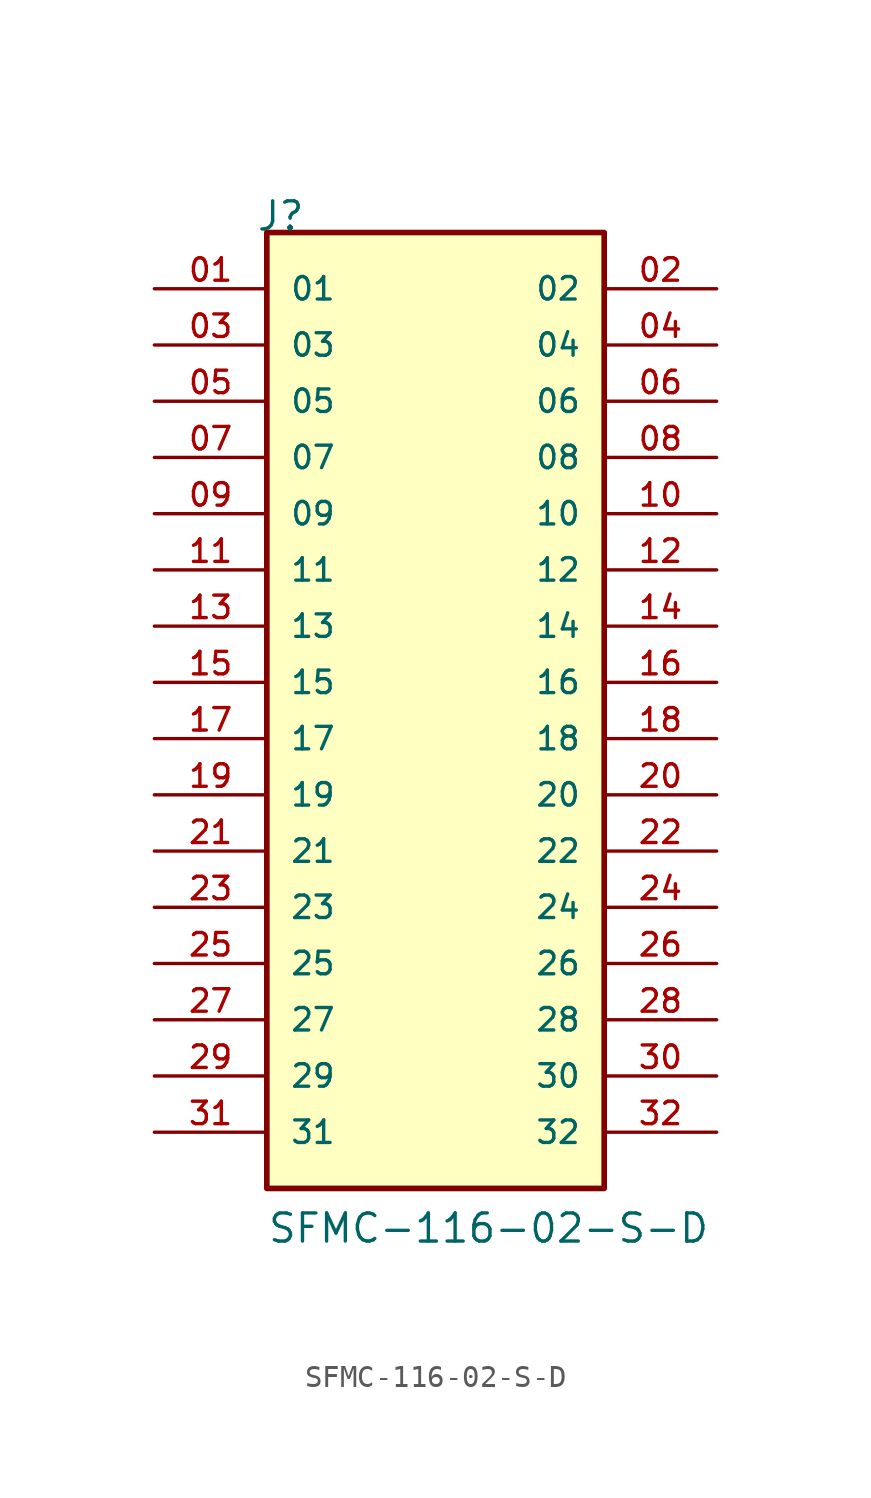
<source format=kicad_sym>
(kicad_symbol_lib
  (version 20211014)
  (generator kicad_symbol_editor)
  (symbol "SFMC-116-02-S-D"
    (pin_names
      (offset 1.016))
    (property "Reference" "J"
      (at -8.12 22.86 0)
      (effects (font (size 1.27 1.27)) (justify bottom left)))
    (property "Value" "SFMC-116-02-S-D"
      (at -7.62 -22.86 0)
      (effects (font (size 1.27 1.27)) (justify bottom left)))
    (symbol "SFMC-116-02-S-D_0_0"
      (rectangle (start -7.62 -20.32) (end 7.62 22.86) (stroke (width 0.254)) (fill (type background)))
      (pin passive line (at -12.7 20.32 0) (length 5.08) (name "01" (effects (font (size 1.016 1.016)))) (number "01" (effects (font (size 1.016 1.016)))))
      (pin passive line (at 12.7 20.32 180.0) (length 5.08) (name "02" (effects (font (size 1.016 1.016)))) (number "02" (effects (font (size 1.016 1.016)))))
      (pin passive line (at -12.7 17.78 0) (length 5.08) (name "03" (effects (font (size 1.016 1.016)))) (number "03" (effects (font (size 1.016 1.016)))))
      (pin passive line (at 12.7 17.78 180.0) (length 5.08) (name "04" (effects (font (size 1.016 1.016)))) (number "04" (effects (font (size 1.016 1.016)))))
      (pin passive line (at -12.7 15.24 0) (length 5.08) (name "05" (effects (font (size 1.016 1.016)))) (number "05" (effects (font (size 1.016 1.016)))))
      (pin passive line (at 12.7 15.24 180.0) (length 5.08) (name "06" (effects (font (size 1.016 1.016)))) (number "06" (effects (font (size 1.016 1.016)))))
      (pin passive line (at -12.7 12.7 0) (length 5.08) (name "07" (effects (font (size 1.016 1.016)))) (number "07" (effects (font (size 1.016 1.016)))))
      (pin passive line (at 12.7 12.7 180.0) (length 5.08) (name "08" (effects (font (size 1.016 1.016)))) (number "08" (effects (font (size 1.016 1.016)))))
      (pin passive line (at -12.7 10.16 0) (length 5.08) (name "09" (effects (font (size 1.016 1.016)))) (number "09" (effects (font (size 1.016 1.016)))))
      (pin passive line (at 12.7 10.16 180.0) (length 5.08) (name "10" (effects (font (size 1.016 1.016)))) (number "10" (effects (font (size 1.016 1.016)))))
      (pin passive line (at -12.7 7.62 0) (length 5.08) (name "11" (effects (font (size 1.016 1.016)))) (number "11" (effects (font (size 1.016 1.016)))))
      (pin passive line (at 12.7 7.62 180.0) (length 5.08) (name "12" (effects (font (size 1.016 1.016)))) (number "12" (effects (font (size 1.016 1.016)))))
      (pin passive line (at -12.7 5.08 0) (length 5.08) (name "13" (effects (font (size 1.016 1.016)))) (number "13" (effects (font (size 1.016 1.016)))))
      (pin passive line (at 12.7 5.08 180.0) (length 5.08) (name "14" (effects (font (size 1.016 1.016)))) (number "14" (effects (font (size 1.016 1.016)))))
      (pin passive line (at -12.7 2.54 0) (length 5.08) (name "15" (effects (font (size 1.016 1.016)))) (number "15" (effects (font (size 1.016 1.016)))))
      (pin passive line (at 12.7 2.54 180.0) (length 5.08) (name "16" (effects (font (size 1.016 1.016)))) (number "16" (effects (font (size 1.016 1.016)))))
      (pin passive line (at -12.7 0.0 0) (length 5.08) (name "17" (effects (font (size 1.016 1.016)))) (number "17" (effects (font (size 1.016 1.016)))))
      (pin passive line (at 12.7 0.0 180.0) (length 5.08) (name "18" (effects (font (size 1.016 1.016)))) (number "18" (effects (font (size 1.016 1.016)))))
      (pin passive line (at -12.7 -2.54 0) (length 5.08) (name "19" (effects (font (size 1.016 1.016)))) (number "19" (effects (font (size 1.016 1.016)))))
      (pin passive line (at 12.7 -2.54 180.0) (length 5.08) (name "20" (effects (font (size 1.016 1.016)))) (number "20" (effects (font (size 1.016 1.016)))))
      (pin passive line (at -12.7 -5.08 0) (length 5.08) (name "21" (effects (font (size 1.016 1.016)))) (number "21" (effects (font (size 1.016 1.016)))))
      (pin passive line (at 12.7 -5.08 180.0) (length 5.08) (name "22" (effects (font (size 1.016 1.016)))) (number "22" (effects (font (size 1.016 1.016)))))
      (pin passive line (at -12.7 -7.62 0) (length 5.08) (name "23" (effects (font (size 1.016 1.016)))) (number "23" (effects (font (size 1.016 1.016)))))
      (pin passive line (at 12.7 -7.62 180.0) (length 5.08) (name "24" (effects (font (size 1.016 1.016)))) (number "24" (effects (font (size 1.016 1.016)))))
      (pin passive line (at -12.7 -10.16 0) (length 5.08) (name "25" (effects (font (size 1.016 1.016)))) (number "25" (effects (font (size 1.016 1.016)))))
      (pin passive line (at 12.7 -10.16 180.0) (length 5.08) (name "26" (effects (font (size 1.016 1.016)))) (number "26" (effects (font (size 1.016 1.016)))))
      (pin passive line (at -12.7 -12.7 0) (length 5.08) (name "27" (effects (font (size 1.016 1.016)))) (number "27" (effects (font (size 1.016 1.016)))))
      (pin passive line (at 12.7 -12.7 180.0) (length 5.08) (name "28" (effects (font (size 1.016 1.016)))) (number "28" (effects (font (size 1.016 1.016)))))
      (pin passive line (at -12.7 -15.24 0) (length 5.08) (name "29" (effects (font (size 1.016 1.016)))) (number "29" (effects (font (size 1.016 1.016)))))
      (pin passive line (at 12.7 -15.24 180.0) (length 5.08) (name "30" (effects (font (size 1.016 1.016)))) (number "30" (effects (font (size 1.016 1.016)))))
      (pin passive line (at -12.7 -17.78 0) (length 5.08) (name "31" (effects (font (size 1.016 1.016)))) (number "31" (effects (font (size 1.016 1.016)))))
      (pin passive line (at 12.7 -17.78 180.0) (length 5.08) (name "32" (effects (font (size 1.016 1.016)))) (number "32" (effects (font (size 1.016 1.016))))))))
</source>
